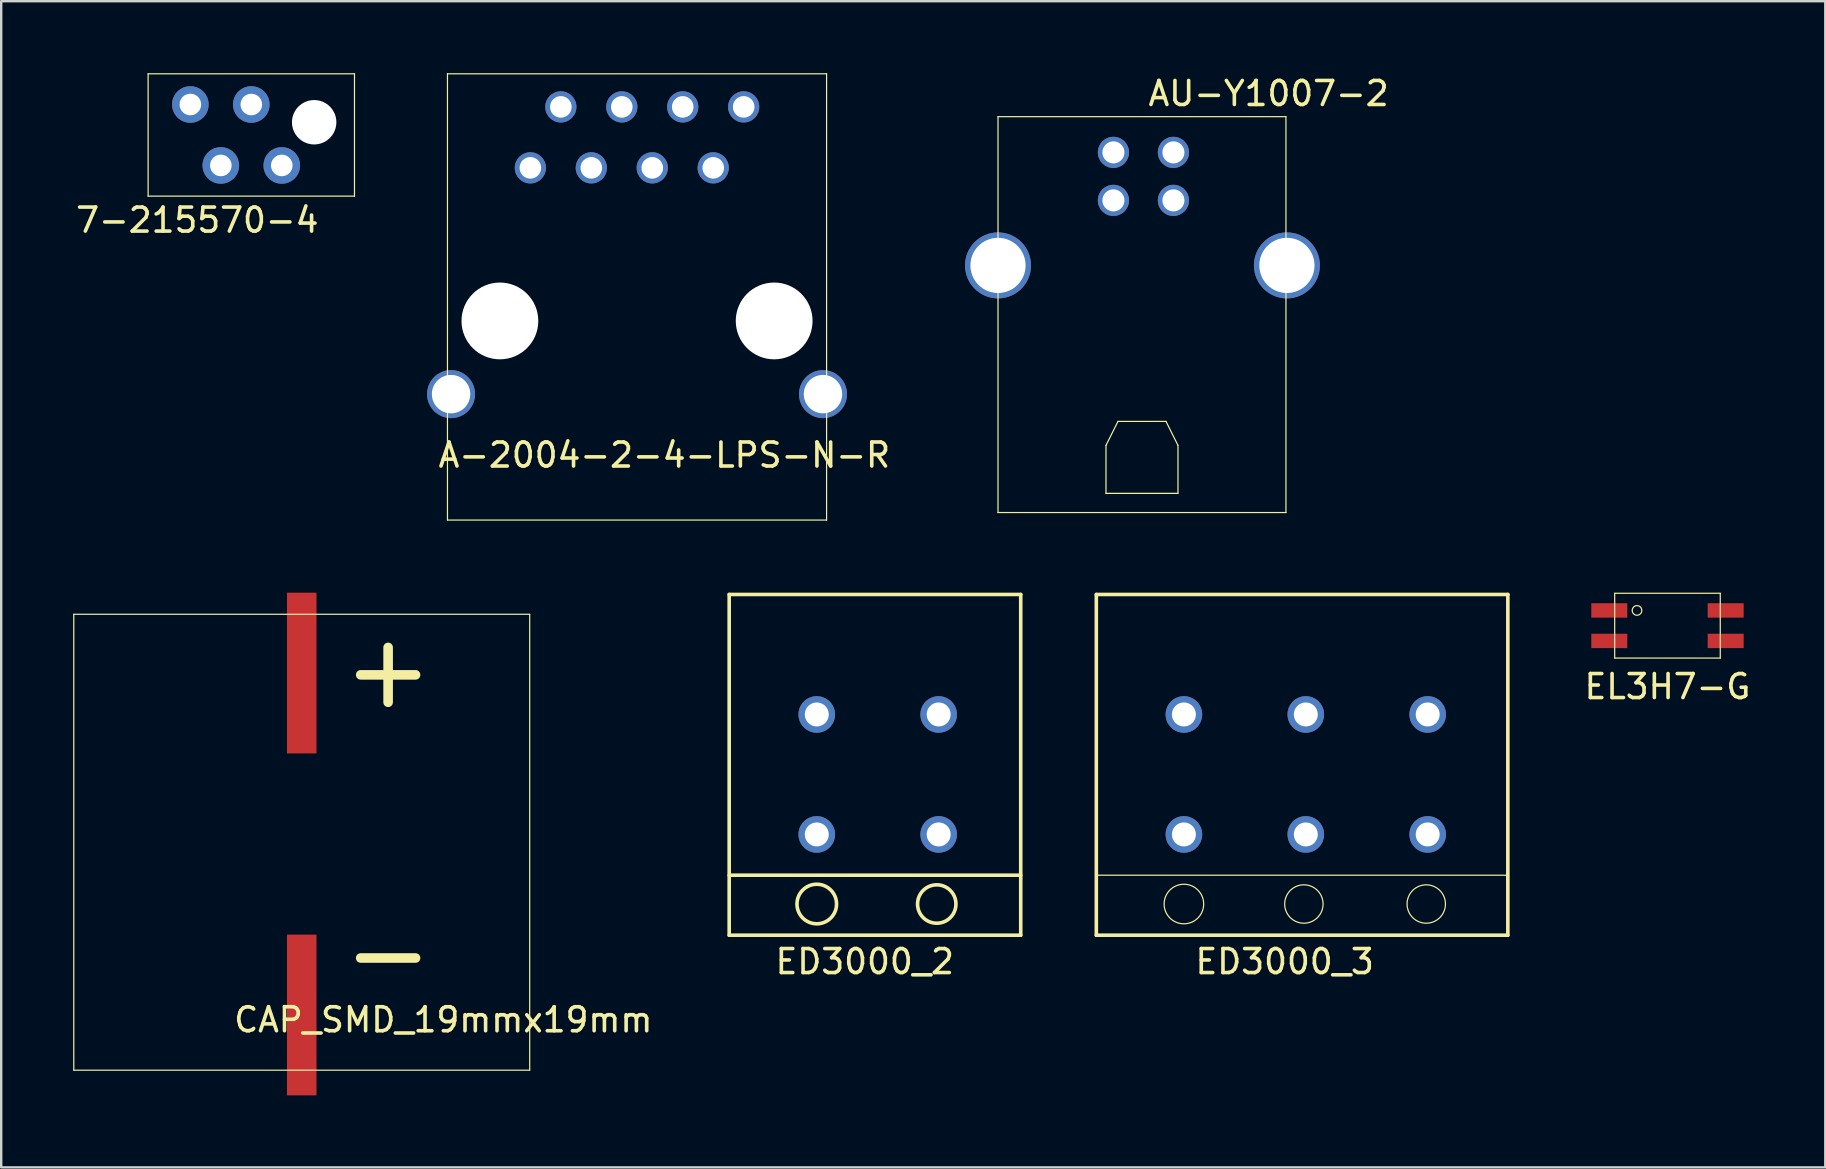
<source format=kicad_pcb>
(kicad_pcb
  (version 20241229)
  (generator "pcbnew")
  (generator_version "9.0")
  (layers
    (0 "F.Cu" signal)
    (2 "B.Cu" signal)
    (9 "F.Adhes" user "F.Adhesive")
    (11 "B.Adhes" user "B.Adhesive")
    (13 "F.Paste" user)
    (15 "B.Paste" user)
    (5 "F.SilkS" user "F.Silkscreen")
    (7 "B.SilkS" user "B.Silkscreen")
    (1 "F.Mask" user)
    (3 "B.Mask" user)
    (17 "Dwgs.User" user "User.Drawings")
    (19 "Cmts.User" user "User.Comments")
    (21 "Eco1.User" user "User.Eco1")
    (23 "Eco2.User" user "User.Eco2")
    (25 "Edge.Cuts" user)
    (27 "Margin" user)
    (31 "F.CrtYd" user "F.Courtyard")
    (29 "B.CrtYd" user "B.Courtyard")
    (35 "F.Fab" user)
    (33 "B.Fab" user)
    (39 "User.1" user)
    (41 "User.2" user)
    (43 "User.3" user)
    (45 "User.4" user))
  (footprint "EL3H7-G"
    (layer "F.Cu")
    (at 66.442 23.025)
    (property "Reference" "EL3H7-G" (at 0 2.54 0) (layer "F.SilkS") (effects (font (size 1 1) (thickness 0.15))))
    (attr through_hole)
    (fp_line (start -2.2 -1.35) (end -2.2 1.35) (stroke (width 0.05) (type solid)) (layer "F.SilkS"))
    (fp_line (start -2.2 -1.35) (end 2.2 -1.35) (stroke (width 0.05) (type solid)) (layer "F.SilkS"))
    (fp_line (start -2.2 1.35) (end 2.2 1.35) (stroke (width 0.05) (type solid)) (layer "F.SilkS"))
    (fp_line (start 2.2 -1.35) (end 2.2 1.35) (stroke (width 0.05) (type solid)) (layer "F.SilkS"))
    (fp_circle (center -1.27 -0.635) (end -1.07 -0.635) (stroke (width 0.05) (type solid)) (fill no) (layer "F.SilkS"))
    (pad "1" smd rect (at -2.425 -0.635) (size 1.5 0.6) (layers "F.Cu" "F.Mask" "F.Paste"))
    (pad "2" smd rect (at -2.425 0.635) (size 1.5 0.6) (layers "F.Cu" "F.Mask" "F.Paste"))
    (pad "3" smd rect (at 2.425 0.635) (size 1.5 0.6) (layers "F.Cu" "F.Mask" "F.Paste"))
    (pad "4" smd rect (at 2.425 -0.635) (size 1.5 0.6) (layers "F.Cu" "F.Mask" "F.Paste")))
  (footprint "7-215570-4"
    (layer "F.Cu")
    (at 7.423 2.575)
    (property "Reference" "7-215570-4" (at -2.25 3.55 0) (layer "F.SilkS") (effects (font (size 1 1) (thickness 0.15))))
    (attr through_hole)
    (fp_line (start -4.3 -2.55) (end 4.3 -2.55) (stroke (width 0.05) (type solid)) (layer "F.SilkS"))
    (fp_line (start -4.3 2.55) (end -4.3 -2.55) (stroke (width 0.05) (type solid)) (layer "F.SilkS"))
    (fp_line (start 4.3 -2.55) (end 4.3 2.55) (stroke (width 0.05) (type solid)) (layer "F.SilkS"))
    (fp_line (start 4.3 2.55) (end -4.3 2.55) (stroke (width 0.05) (type solid)) (layer "F.SilkS"))
    (pad "" np_thru_hole circle (at 2.62 -0.53) (size 1.85 1.85) (drill 1.85) (layers "*.Cu" "*.Mask"))
    (pad "1" thru_hole circle (at -2.54 -1.27) (size 1.524 1.524) (drill 0.9) (layers "*.Cu" "*.Mask"))
    (pad "2" thru_hole circle (at -1.27 1.27) (size 1.524 1.524) (drill 0.9) (layers "*.Cu" "*.Mask"))
    (pad "3" thru_hole circle (at 0 -1.27) (size 1.524 1.524) (drill 0.9) (layers "*.Cu" "*.Mask"))
    (pad "4" thru_hole circle (at 1.27 1.27) (size 1.524 1.524) (drill 0.9) (layers "*.Cu" "*.Mask")))
  (footprint "ED3000_3"
    (layer "F.Cu")
    (at 46.289 31.725)
    (property "Reference" "ED3000_3" (at 4.2 5.3 0) (layer "F.SilkS") (effects (font (size 1 1) (thickness 0.15))))
    (attr through_hole)
    (fp_line (start -3.65 -10) (end 13.5 -10) (stroke (width 0.15) (type solid)) (layer "F.SilkS"))
    (fp_line (start -3.65 1.7) (end 13.5 1.7) (stroke (width 0.05) (type solid)) (layer "F.SilkS"))
    (fp_line (start -3.65 4.2) (end -3.65 -10) (stroke (width 0.15) (type solid)) (layer "F.SilkS"))
    (fp_line (start 13.5 4.2) (end -3.65 4.2) (stroke (width 0.15) (type solid)) (layer "F.SilkS"))
    (fp_line (start 13.5 4.2) (end 13.5 -10) (stroke (width 0.15) (type solid)) (layer "F.SilkS"))
    (fp_circle (center 0 2.9) (end 0.8 2.7) (stroke (width 0.05) (type solid)) (fill no) (layer "F.SilkS"))
    (fp_circle (center 5 2.9) (end 5.8 2.9) (stroke (width 0.05) (type solid)) (fill no) (layer "F.SilkS"))
    (fp_circle (center 10.1 2.9) (end 10.9 2.9) (stroke (width 0.05) (type solid)) (fill no) (layer "F.SilkS"))
    (pad "1" thru_hole circle (at 0 -5) (size 1.524 1.524) (drill 1) (layers "*.Cu" "*.Mask"))
    (pad "1" thru_hole circle (at 0 0) (size 1.524 1.524) (drill 1) (layers "*.Cu" "*.Mask"))
    (pad "2" thru_hole circle (at 5.08 -5) (size 1.524 1.524) (drill 1) (layers "*.Cu" "*.Mask"))
    (pad "2" thru_hole circle (at 5.08 0) (size 1.524 1.524) (drill 1) (layers "*.Cu" "*.Mask"))
    (pad "3" thru_hole circle (at 10.16 -5) (size 1.524 1.524) (drill 1) (layers "*.Cu" "*.Mask"))
    (pad "3" thru_hole circle (at 10.16 0) (size 1.524 1.524) (drill 1) (layers "*.Cu" "*.Mask")))
  (footprint "A-2004-2-4-LPS-N-R"
    (layer "F.Cu")
    (at 15.748 13.375)
    (property "Reference" "A-2004-2-4-LPS-N-R" (at 8.89 2.54 0) (layer "F.SilkS") (effects (font (size 1 1) (thickness 0.15))))
    (attr through_hole)
    (fp_line (start -0.15 -13.35) (end 15.65 -13.35) (stroke (width 0.05) (type solid)) (layer "F.SilkS"))
    (fp_line (start -0.15 5.25) (end -0.15 -13.35) (stroke (width 0.05) (type solid)) (layer "F.SilkS"))
    (fp_line (start -0.15 5.25) (end 15.65 5.25) (stroke (width 0.05) (type solid)) (layer "F.SilkS"))
    (fp_line (start 15.65 5.25) (end 15.65 -13.35) (stroke (width 0.05) (type solid)) (layer "F.SilkS"))
    (pad "" np_thru_hole circle (at 2.035 -3.05) (size 3.2 3.2) (drill 3.2) (layers "*.Cu" "*.Mask"))
    (pad "" np_thru_hole circle (at 13.465 -3.05) (size 3.2 3.2) (drill 3.2) (layers "*.Cu" "*.Mask"))
    (pad "1" thru_hole circle (at 3.305 -9.43) (size 1.3 1.3) (drill 0.9) (layers "*.Cu" "*.Mask"))
    (pad "2" thru_hole circle (at 4.575 -11.97) (size 1.3 1.3) (drill 0.9) (layers "*.Cu" "*.Mask"))
    (pad "3" thru_hole circle (at 5.845 -9.43) (size 1.3 1.3) (drill 0.9) (layers "*.Cu" "*.Mask"))
    (pad "4" thru_hole circle (at 7.115 -11.97) (size 1.3 1.3) (drill 0.9) (layers "*.Cu" "*.Mask"))
    (pad "5" thru_hole circle (at 8.385 -9.43) (size 1.3 1.3) (drill 0.9) (layers "*.Cu" "*.Mask"))
    (pad "6" thru_hole circle (at 9.655 -11.97) (size 1.3 1.3) (drill 0.9) (layers "*.Cu" "*.Mask"))
    (pad "7" thru_hole circle (at 10.925 -9.43) (size 1.3 1.3) (drill 0.9) (layers "*.Cu" "*.Mask"))
    (pad "8" thru_hole circle (at 12.195 -11.97) (size 1.3 1.3) (drill 0.9) (layers "*.Cu" "*.Mask"))
    (pad "9" thru_hole circle (at 0 0) (size 2 2) (drill 1.6) (layers "*.Cu" "*.Mask"))
    (pad "9" thru_hole circle (at 15.5 0) (size 2 2) (drill 1.6) (layers "*.Cu" "*.Mask")))
  (footprint "ED3000_2"
    (layer "F.Cu")
    (at 30.989 31.725)
    (property "Reference" "ED3000_2" (at 2 5.3 0) (layer "F.SilkS") (effects (font (size 1 1) (thickness 0.15))))
    (attr through_hole)
    (fp_line (start -3.65 -10) (end 8.5 -10) (stroke (width 0.15) (type solid)) (layer "F.SilkS"))
    (fp_line (start -3.65 1.7) (end 8.5 1.7) (stroke (width 0.15) (type solid)) (layer "F.SilkS"))
    (fp_line (start -3.65 4.2) (end -3.65 -10) (stroke (width 0.15) (type solid)) (layer "F.SilkS"))
    (fp_line (start 8.5 4.2) (end -3.65 4.2) (stroke (width 0.15) (type solid)) (layer "F.SilkS"))
    (fp_line (start 8.5 4.2) (end 8.5 -10) (stroke (width 0.15) (type solid)) (layer "F.SilkS"))
    (fp_circle (center 0 2.9) (end 0.8 2.7) (stroke (width 0.15) (type solid)) (fill no) (layer "F.SilkS"))
    (fp_circle (center 5 2.9) (end 5.8 2.9) (stroke (width 0.15) (type solid)) (fill no) (layer "F.SilkS"))
    (pad "1" thru_hole circle (at 0 -5) (size 1.524 1.524) (drill 1) (layers "*.Cu" "*.Mask"))
    (pad "1" thru_hole circle (at 0 0) (size 1.524 1.524) (drill 1) (layers "*.Cu" "*.Mask"))
    (pad "2" thru_hole circle (at 5.08 -5) (size 1.524 1.524) (drill 1) (layers "*.Cu" "*.Mask"))
    (pad "2" thru_hole circle (at 5.08 0) (size 1.524 1.524) (drill 1) (layers "*.Cu" "*.Mask")))
  (footprint "AU-Y1007-2"
    (layer "F.Cu")
    (at 38.542 8.011)
    (property "Reference" "AU-Y1007-2" (at 11.278 -7.163 0) (layer "F.SilkS") (effects (font (size 1 1) (thickness 0.15))))
    (attr through_hole)
    (fp_line (start 0 -6.2) (end 12 -6.2) (stroke (width 0.05) (type solid)) (layer "F.SilkS"))
    (fp_line (start 0 10.3) (end 0 -6.2) (stroke (width 0.05) (type solid)) (layer "F.SilkS"))
    (fp_line (start 0 10.3) (end 12 10.3) (stroke (width 0.05) (type solid)) (layer "F.SilkS"))
    (fp_line (start 4.5 7.5) (end 4.5 9.5) (stroke (width 0.05) (type solid)) (layer "F.SilkS"))
    (fp_line (start 4.5 9.5) (end 7.5 9.5) (stroke (width 0.05) (type solid)) (layer "F.SilkS"))
    (fp_line (start 5 6.5) (end 4.5 7.5) (stroke (width 0.05) (type solid)) (layer "F.SilkS"))
    (fp_line (start 7 6.5) (end 5 6.5) (stroke (width 0.05) (type solid)) (layer "F.SilkS"))
    (fp_line (start 7.5 7.5) (end 7 6.5) (stroke (width 0.05) (type solid)) (layer "F.SilkS"))
    (fp_line (start 7.5 9.5) (end 7.5 7.5) (stroke (width 0.05) (type solid)) (layer "F.SilkS"))
    (fp_line (start 12 10.3) (end 12 -6.2) (stroke (width 0.05) (type solid)) (layer "F.SilkS"))
    (pad "1" thru_hole circle (at 7.31 -4.71) (size 1.3 1.3) (drill 0.92) (layers "*.Cu" "*.Mask"))
    (pad "2" thru_hole circle (at 4.81 -4.71) (size 1.3 1.3) (drill 0.92) (layers "*.Cu" "*.Mask"))
    (pad "3" thru_hole circle (at 4.81 -2.71) (size 1.3 1.3) (drill 0.92) (layers "*.Cu" "*.Mask"))
    (pad "4" thru_hole circle (at 7.31 -2.71) (size 1.3 1.3) (drill 0.92) (layers "*.Cu" "*.Mask"))
    (pad "5" thru_hole circle (at 0 0) (size 2.75 2.75) (drill 2.3) (layers "*.Cu" "*.Mask"))
    (pad "5" thru_hole circle (at 12.04 0) (size 2.75 2.75) (drill 2.3) (layers "*.Cu" "*.Mask")))
  (footprint "CAP_SMD_19mmx19mm"
    (layer "F.Cu")
    (at 9.525 32.05)
    (property "Reference" "CAP_SMD_19mmx19mm" (at 5.9 7.4 0) (layer "F.SilkS") (effects (font (size 1 1) (thickness 0.15))))
    (attr through_hole)
    (fp_line (start -9.5 -9.5) (end 9.5 -9.5) (stroke (width 0.05) (type solid)) (layer "F.SilkS"))
    (fp_line (start -9.5 9.5) (end -9.5 -9.5) (stroke (width 0.05) (type solid)) (layer "F.SilkS"))
    (fp_line (start 9.5 -9.5) (end 9.5 9.5) (stroke (width 0.05) (type solid)) (layer "F.SilkS"))
    (fp_line (start 9.5 9.5) (end -9.5 9.5) (stroke (width 0.05) (type solid)) (layer "F.SilkS"))
    (fp_text user "+" (at 3.6 -7.2 0) (layer "F.SilkS") (effects (font (size 3 3) (thickness 0.4))))
    (fp_text user "-" (at 3.6 4.6 0) (layer "F.SilkS") (effects (font (size 3 3) (thickness 0.4))))
    (pad "1" smd rect (at 0 -7.05) (size 1.23 6.7) (layers "F.Cu" "F.Mask" "F.Paste"))
    (pad "2" smd rect (at 0 7.2) (size 1.23 6.7) (layers "F.Cu" "F.Mask" "F.Paste")))
  (gr_rect
    (start -3 -3)
    (end 73.019 45.6)
    (stroke (width 0.1) (type default))
    (fill no)
    (layer "Edge.Cuts")))
</source>
